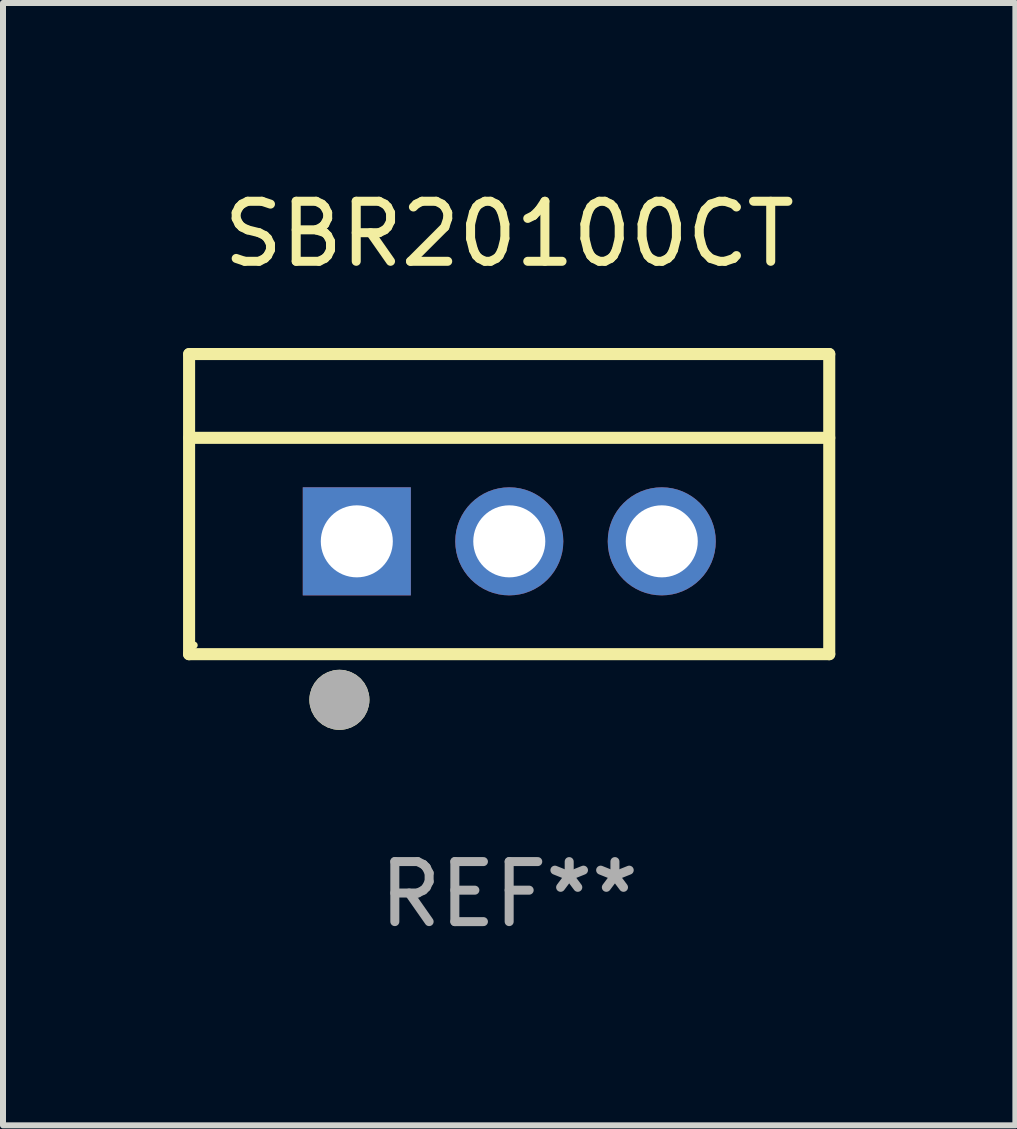
<source format=kicad_pcb>
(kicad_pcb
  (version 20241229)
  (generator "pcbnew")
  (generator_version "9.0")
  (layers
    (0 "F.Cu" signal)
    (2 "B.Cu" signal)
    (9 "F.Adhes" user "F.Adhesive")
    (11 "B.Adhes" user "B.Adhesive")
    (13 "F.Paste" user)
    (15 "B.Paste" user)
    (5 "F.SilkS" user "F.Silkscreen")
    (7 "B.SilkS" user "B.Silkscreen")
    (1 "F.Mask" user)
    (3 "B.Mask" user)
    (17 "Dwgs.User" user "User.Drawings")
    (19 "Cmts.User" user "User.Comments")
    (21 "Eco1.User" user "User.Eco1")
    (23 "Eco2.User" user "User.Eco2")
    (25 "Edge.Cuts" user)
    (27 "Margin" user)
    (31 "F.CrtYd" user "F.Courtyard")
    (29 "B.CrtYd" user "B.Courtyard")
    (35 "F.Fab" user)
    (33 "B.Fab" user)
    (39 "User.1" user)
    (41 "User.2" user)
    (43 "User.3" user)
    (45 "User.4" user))
  (footprint "SBR20100CT"
    (layer "F.Cu")
    (at 5.432 5.348)
    (property "Reference" "SBR20100CT" (at 0 -4.5 0) (layer "F.SilkS") (effects (font (size 1 1) (thickness 0.15))))
    (attr through_hole)
    (fp_line (start -5.332 2.5) (end -5.332 -2.5) (stroke (width 0.201) (type solid)) (layer "F.SilkS"))
    (fp_line (start -5.328 -2.5) (end 5.332 -2.5) (stroke (width 0.201) (type solid)) (layer "F.SilkS"))
    (fp_line (start -5.328 -1.104) (end 5.332 -1.104) (stroke (width 0.201) (type solid)) (layer "F.SilkS"))
    (fp_line (start 5.332 -2.5) (end 5.332 2.5) (stroke (width 0.201) (type solid)) (layer "F.SilkS"))
    (fp_line (start 5.332 2.5) (end -5.332 2.5) (stroke (width 0.201) (type solid)) (layer "F.SilkS"))
    (fp_circle (center -5.248 2.35) (end -5.218 2.35) (stroke (width 0.06) (type solid)) (fill no) (layer "F.SilkS"))
    (fp_circle (center -2.828 3.26) (end -2.578 3.26) (stroke (width 0.5) (type solid)) (fill no) (layer "F.SilkS"))
    (fp_circle (center -2.828 3.26) (end -2.578 3.26) (stroke (width 0.5) (type solid)) (fill no) (layer "F.Fab"))
    (fp_text user "REF**" (at 0 6.5 0) (layer "F.Fab") (effects (font (size 1 1) (thickness 0.15))))
    (pad "1" thru_hole rect (at -2.538 0.62) (size 1.8 1.8) (drill 1.2) (layers "*.Cu" "*.Mask"))
    (pad "2" thru_hole circle (at 0.002 0.62) (size 1.8 1.8) (drill 1.2) (layers "*.Cu" "*.Mask"))
    (pad "3" thru_hole circle (at 2.542 0.62) (size 1.8 1.8) (drill 1.2) (layers "*.Cu" "*.Mask")))
  (gr_rect
    (start -3 -3)
    (end 13.865 15.697)
    (stroke (width 0.1) (type default))
    (fill no)
    (layer "Edge.Cuts")))
</source>
